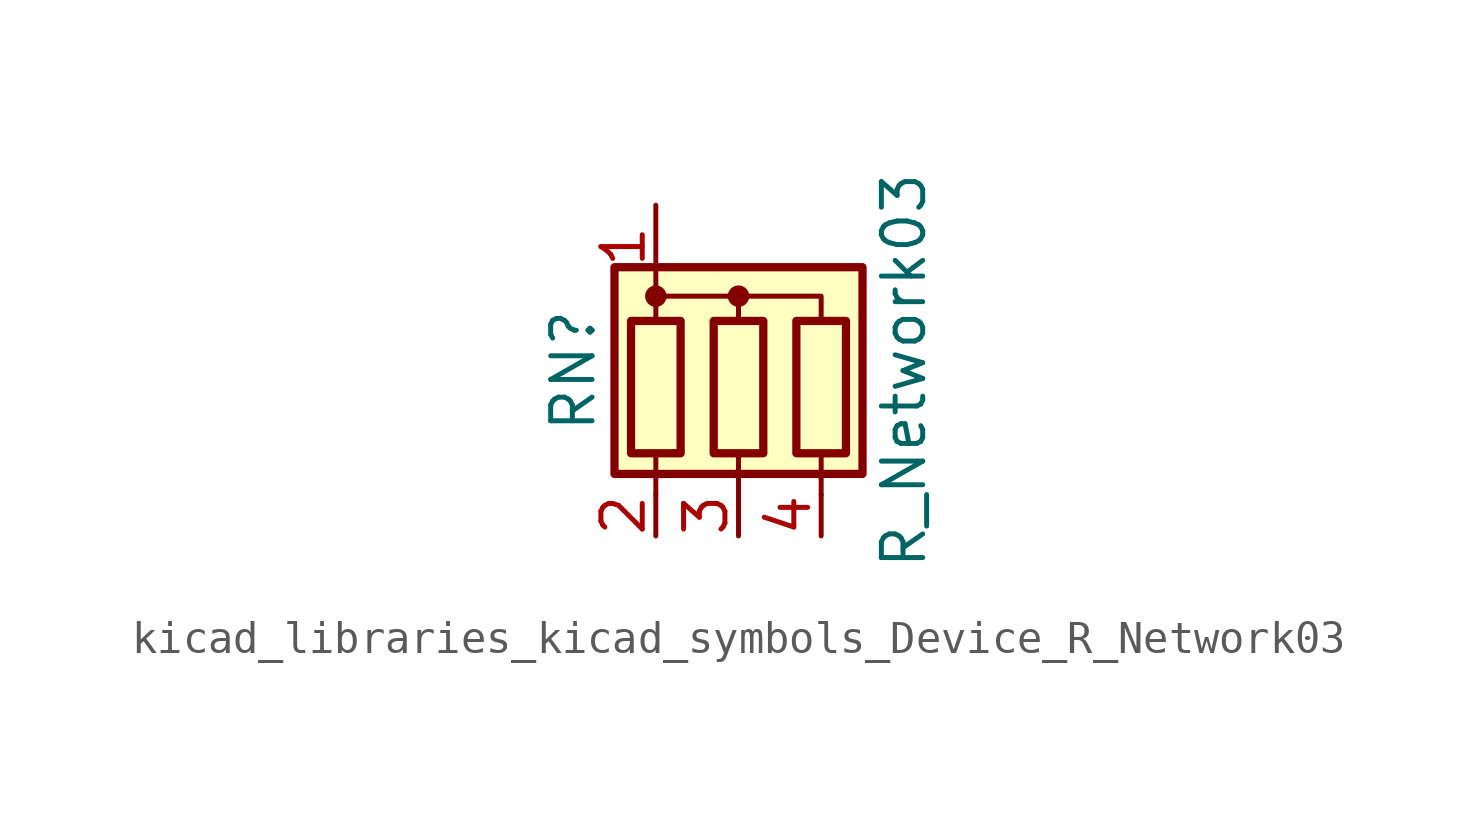
<source format=kicad_sym>
(kicad_symbol_lib
  (version 20220914)
  (generator kicad_symbol_editor)
  (symbol "kicad_libraries_kicad_symbols_Device_R_Network03"
    (pin_names
      (offset 0) hide)
    (property "Reference" "RN"
      (at -5.08 0 90)
      (effects (font (size 1.27 1.27))))
    (property "Value" "R_Network03"
      (at 5.08 0 90)
      (effects (font (size 1.27 1.27))))
    (symbol "kicad_libraries_kicad_symbols_Device_R_Network03_0_1"
      (rectangle (start -3.81 -3.175) (end 3.81 3.175) (stroke (width 0.254) (type default)) (fill (type background)))
      (rectangle (start -3.302 1.524) (end -1.778 -2.54) (stroke (width 0.254) (type default)) (fill (type none)))
      (circle (center -2.54 2.286) (radius 0.254) (stroke (width 0) (type default)) (fill (type outline)))
      (rectangle (start -0.762 1.524) (end 0.762 -2.54) (stroke (width 0.254) (type default)) (fill (type none)))
      (polyline (pts (xy -2.54 -2.54) (xy -2.54 -3.81)) (stroke (width 0) (type default)) (fill (type none)))
      (polyline (pts (xy 0 -2.54) (xy 0 -3.81)) (stroke (width 0) (type default)) (fill (type none)))
      (polyline (pts (xy 2.54 -2.54) (xy 2.54 -3.81)) (stroke (width 0) (type default)) (fill (type none)))
      (polyline (pts (xy -2.54 1.524) (xy -2.54 2.286) (xy 0 2.286) (xy 0 1.524)) (stroke (width 0) (type default)) (fill (type none)))
      (polyline (pts (xy 0 1.524) (xy 0 2.286) (xy 2.54 2.286) (xy 2.54 1.524)) (stroke (width 0) (type default)) (fill (type none)))
      (circle (center 0 2.286) (radius 0.254) (stroke (width 0) (type default)) (fill (type outline)))
      (rectangle (start 1.778 1.524) (end 3.302 -2.54) (stroke (width 0.254) (type default)) (fill (type none))))
    (symbol "kicad_libraries_kicad_symbols_Device_R_Network03_1_1"
      (pin passive line (at -2.54 5.08 270) (length 2.54) (name "common" (effects (font (size 1.27 1.27)))) (number "1" (effects (font (size 1.27 1.27)))))
      (pin passive line (at -2.54 -5.08 90) (length 1.27) (name "R1" (effects (font (size 1.27 1.27)))) (number "2" (effects (font (size 1.27 1.27)))))
      (pin passive line (at 0 -5.08 90) (length 1.27) (name "R2" (effects (font (size 1.27 1.27)))) (number "3" (effects (font (size 1.27 1.27)))))
      (pin passive line (at 2.54 -5.08 90) (length 1.27) (name "R3" (effects (font (size 1.27 1.27)))) (number "4" (effects (font (size 1.27 1.27))))))))
</source>
